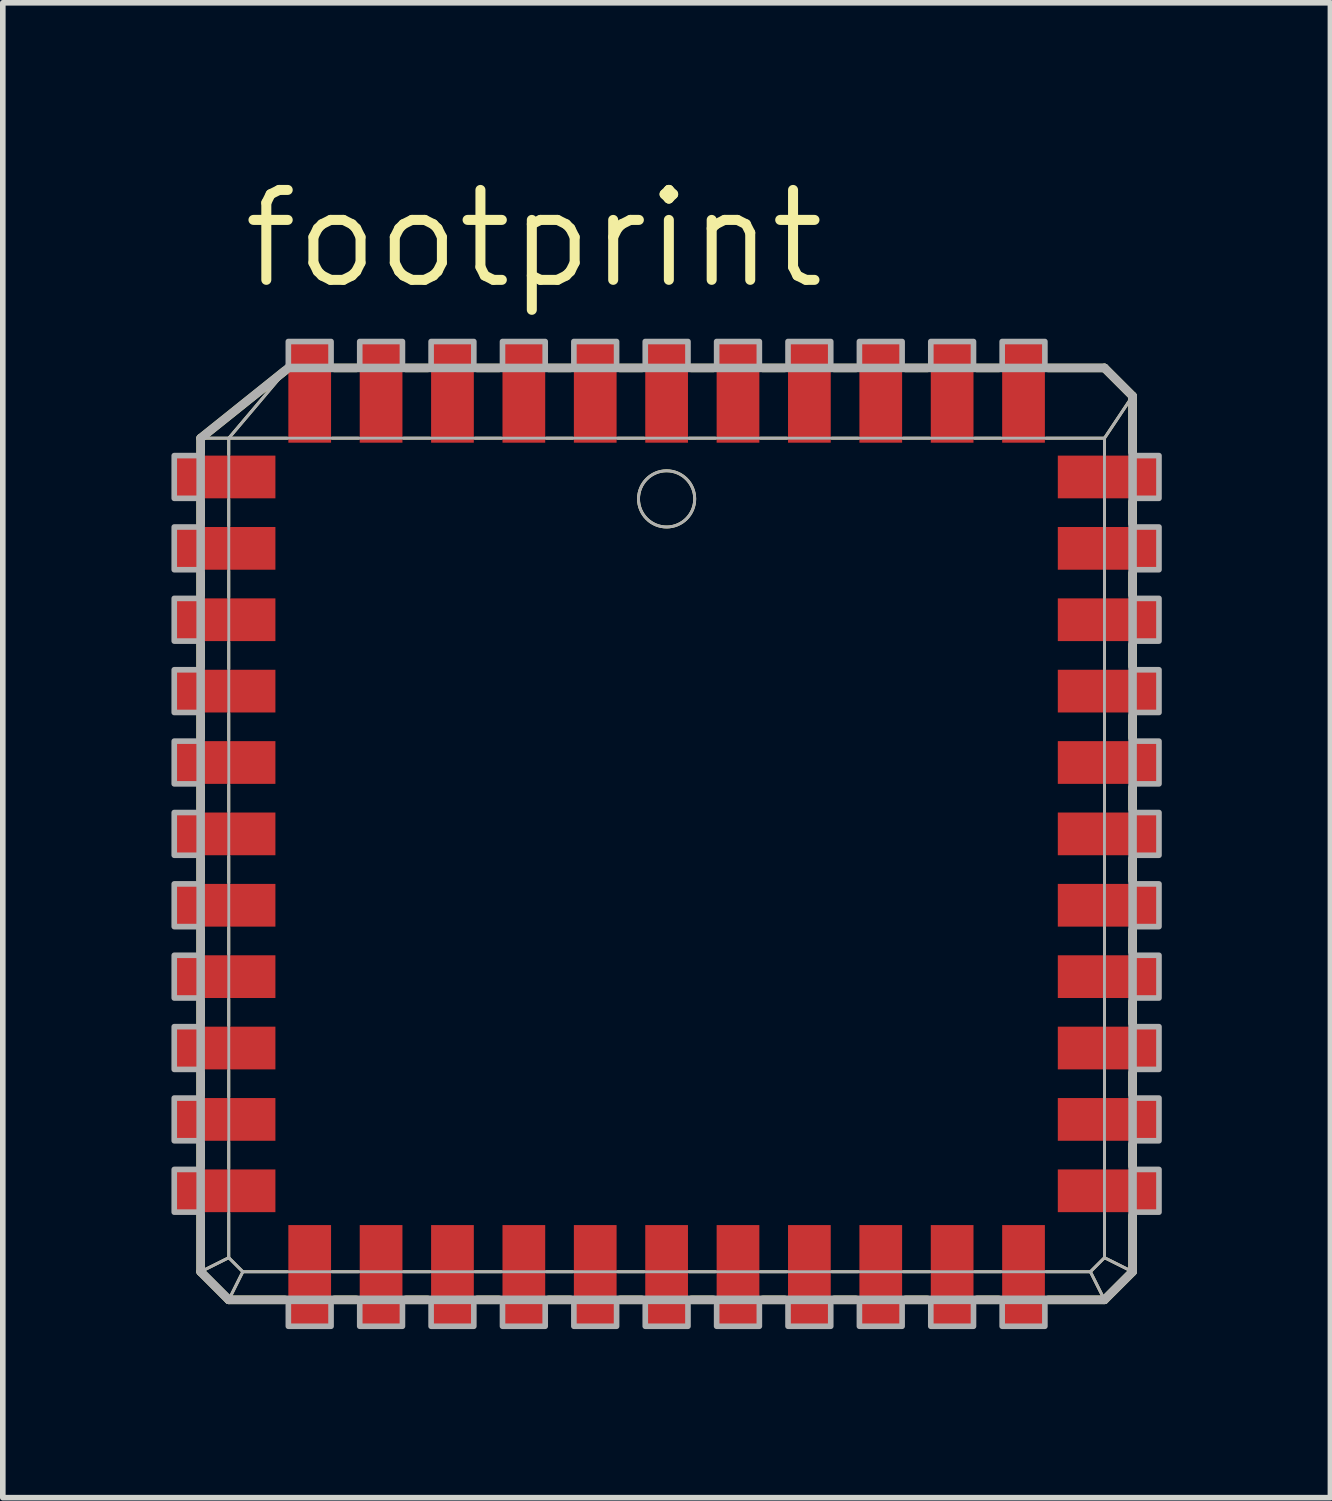
<source format=kicad_pcb>
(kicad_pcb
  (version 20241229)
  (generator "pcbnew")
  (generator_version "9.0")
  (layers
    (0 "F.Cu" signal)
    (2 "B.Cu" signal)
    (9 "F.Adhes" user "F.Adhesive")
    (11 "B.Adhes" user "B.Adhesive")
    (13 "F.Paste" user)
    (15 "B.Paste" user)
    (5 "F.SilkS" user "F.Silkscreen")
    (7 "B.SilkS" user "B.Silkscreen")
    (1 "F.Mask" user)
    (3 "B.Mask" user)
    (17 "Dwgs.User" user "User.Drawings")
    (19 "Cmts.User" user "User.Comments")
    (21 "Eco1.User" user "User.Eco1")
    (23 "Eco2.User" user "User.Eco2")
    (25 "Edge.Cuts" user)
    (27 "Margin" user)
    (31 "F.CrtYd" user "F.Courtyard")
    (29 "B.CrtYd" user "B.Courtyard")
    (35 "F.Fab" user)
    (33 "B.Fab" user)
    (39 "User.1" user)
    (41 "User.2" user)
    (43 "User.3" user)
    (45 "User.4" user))
  (footprint "footprint"
    (layer "F.Cu")
    (at 8.81 11.786)
    (property "Reference" "footprint" (at -7.62 -9.652 0) (layer "F.SilkS") (effects (font (size 1.6 1.6) (thickness 0.178)) (justify left bottom)))
    (fp_line (start -8.29 -7.04) (end -7.79 -7.04) (stroke (width 0.051) (type solid)) (layer "F.SilkS"))
    (fp_line (start -8.29 -7.04) (end -6.79 -8.24) (stroke (width 0.152) (type solid)) (layer "F.SilkS"))
    (fp_line (start -8.29 -6.79) (end -8.29 -7.04) (stroke (width 0.152) (type solid)) (layer "F.SilkS"))
    (fp_line (start -8.29 -5.52) (end -8.29 -5.91) (stroke (width 0.152) (type solid)) (layer "F.SilkS"))
    (fp_line (start -8.29 -4.25) (end -8.29 -4.64) (stroke (width 0.152) (type solid)) (layer "F.SilkS"))
    (fp_line (start -8.29 -2.98) (end -8.29 -3.37) (stroke (width 0.152) (type solid)) (layer "F.SilkS"))
    (fp_line (start -8.29 -1.71) (end -8.29 -2.1) (stroke (width 0.152) (type solid)) (layer "F.SilkS"))
    (fp_line (start -8.29 -0.44) (end -8.29 -0.83) (stroke (width 0.152) (type solid)) (layer "F.SilkS"))
    (fp_line (start -8.29 0.83) (end -8.29 0.44) (stroke (width 0.152) (type solid)) (layer "F.SilkS"))
    (fp_line (start -8.29 2.1) (end -8.29 1.71) (stroke (width 0.152) (type solid)) (layer "F.SilkS"))
    (fp_line (start -8.29 3.37) (end -8.29 2.98) (stroke (width 0.152) (type solid)) (layer "F.SilkS"))
    (fp_line (start -8.29 4.64) (end -8.29 4.25) (stroke (width 0.152) (type solid)) (layer "F.SilkS"))
    (fp_line (start -8.29 5.91) (end -8.29 5.52) (stroke (width 0.152) (type solid)) (layer "F.SilkS"))
    (fp_line (start -8.29 7.79) (end -8.29 6.79) (stroke (width 0.152) (type solid)) (layer "F.SilkS"))
    (fp_line (start -8.29 7.79) (end -7.79 7.54) (stroke (width 0.051) (type solid)) (layer "F.SilkS"))
    (fp_line (start -7.79 -7.04) (end -6.75 -8.27) (stroke (width 0.051) (type solid)) (layer "F.SilkS"))
    (fp_line (start -7.79 -7.04) (end -6.75 -7.04) (stroke (width 0.051) (type solid)) (layer "F.SilkS"))
    (fp_line (start -7.79 -6.75) (end -7.79 -7.04) (stroke (width 0.051) (type solid)) (layer "F.SilkS"))
    (fp_line (start -7.79 -5.48) (end -7.79 -5.95) (stroke (width 0.051) (type solid)) (layer "F.SilkS"))
    (fp_line (start -7.79 -4.21) (end -7.79 -4.68) (stroke (width 0.051) (type solid)) (layer "F.SilkS"))
    (fp_line (start -7.79 -2.94) (end -7.79 -3.41) (stroke (width 0.051) (type solid)) (layer "F.SilkS"))
    (fp_line (start -7.79 -1.67) (end -7.79 -2.14) (stroke (width 0.051) (type solid)) (layer "F.SilkS"))
    (fp_line (start -7.79 -0.4) (end -7.79 -0.87) (stroke (width 0.051) (type solid)) (layer "F.SilkS"))
    (fp_line (start -7.79 0.87) (end -7.79 0.4) (stroke (width 0.051) (type solid)) (layer "F.SilkS"))
    (fp_line (start -7.79 2.14) (end -7.79 1.67) (stroke (width 0.051) (type solid)) (layer "F.SilkS"))
    (fp_line (start -7.79 3.41) (end -7.79 2.94) (stroke (width 0.051) (type solid)) (layer "F.SilkS"))
    (fp_line (start -7.79 4.68) (end -7.79 4.21) (stroke (width 0.051) (type solid)) (layer "F.SilkS"))
    (fp_line (start -7.79 5.95) (end -7.79 5.48) (stroke (width 0.051) (type solid)) (layer "F.SilkS"))
    (fp_line (start -7.79 7.54) (end -7.79 6.75) (stroke (width 0.051) (type solid)) (layer "F.SilkS"))
    (fp_line (start -7.79 8.29) (end -8.29 7.79) (stroke (width 0.152) (type solid)) (layer "F.SilkS"))
    (fp_line (start -7.79 8.29) (end -7.54 7.79) (stroke (width 0.051) (type solid)) (layer "F.SilkS"))
    (fp_line (start -7.54 7.79) (end -7.79 7.54) (stroke (width 0.051) (type solid)) (layer "F.SilkS"))
    (fp_line (start -6.79 8.29) (end -7.79 8.29) (stroke (width 0.152) (type solid)) (layer "F.SilkS"))
    (fp_line (start -6.75 7.79) (end -7.54 7.79) (stroke (width 0.051) (type solid)) (layer "F.SilkS"))
    (fp_line (start -5.95 -7.04) (end -5.48 -7.04) (stroke (width 0.051) (type solid)) (layer "F.SilkS"))
    (fp_line (start -5.91 -8.29) (end -5.52 -8.29) (stroke (width 0.152) (type solid)) (layer "F.SilkS"))
    (fp_line (start -5.52 8.29) (end -5.91 8.29) (stroke (width 0.152) (type solid)) (layer "F.SilkS"))
    (fp_line (start -5.48 7.79) (end -5.95 7.79) (stroke (width 0.051) (type solid)) (layer "F.SilkS"))
    (fp_line (start -4.68 -7.04) (end -4.21 -7.04) (stroke (width 0.051) (type solid)) (layer "F.SilkS"))
    (fp_line (start -4.64 -8.29) (end -4.25 -8.29) (stroke (width 0.152) (type solid)) (layer "F.SilkS"))
    (fp_line (start -4.25 8.29) (end -4.64 8.29) (stroke (width 0.152) (type solid)) (layer "F.SilkS"))
    (fp_line (start -4.21 7.79) (end -4.68 7.79) (stroke (width 0.051) (type solid)) (layer "F.SilkS"))
    (fp_line (start -3.41 -7.04) (end -2.94 -7.04) (stroke (width 0.051) (type solid)) (layer "F.SilkS"))
    (fp_line (start -3.37 -8.29) (end -2.98 -8.29) (stroke (width 0.152) (type solid)) (layer "F.SilkS"))
    (fp_line (start -2.98 8.29) (end -3.37 8.29) (stroke (width 0.152) (type solid)) (layer "F.SilkS"))
    (fp_line (start -2.94 7.79) (end -3.41 7.79) (stroke (width 0.051) (type solid)) (layer "F.SilkS"))
    (fp_line (start -2.14 -7.04) (end -1.67 -7.04) (stroke (width 0.051) (type solid)) (layer "F.SilkS"))
    (fp_line (start -2.1 -8.29) (end -1.71 -8.29) (stroke (width 0.152) (type solid)) (layer "F.SilkS"))
    (fp_line (start -1.71 8.29) (end -2.1 8.29) (stroke (width 0.152) (type solid)) (layer "F.SilkS"))
    (fp_line (start -1.67 7.79) (end -2.14 7.79) (stroke (width 0.051) (type solid)) (layer "F.SilkS"))
    (fp_line (start -0.87 -7.04) (end -0.4 -7.04) (stroke (width 0.051) (type solid)) (layer "F.SilkS"))
    (fp_line (start -0.83 -8.29) (end -0.44 -8.29) (stroke (width 0.152) (type solid)) (layer "F.SilkS"))
    (fp_line (start -0.44 8.29) (end -0.83 8.29) (stroke (width 0.152) (type solid)) (layer "F.SilkS"))
    (fp_line (start -0.4 7.79) (end -0.87 7.79) (stroke (width 0.051) (type solid)) (layer "F.SilkS"))
    (fp_line (start 0.4 -7.04) (end 0.87 -7.04) (stroke (width 0.051) (type solid)) (layer "F.SilkS"))
    (fp_line (start 0.44 -8.29) (end 0.83 -8.29) (stroke (width 0.152) (type solid)) (layer "F.SilkS"))
    (fp_line (start 0.83 8.29) (end 0.44 8.29) (stroke (width 0.152) (type solid)) (layer "F.SilkS"))
    (fp_line (start 0.87 7.79) (end 0.4 7.79) (stroke (width 0.051) (type solid)) (layer "F.SilkS"))
    (fp_line (start 1.67 -7.04) (end 2.14 -7.04) (stroke (width 0.051) (type solid)) (layer "F.SilkS"))
    (fp_line (start 1.71 -8.29) (end 2.1 -8.29) (stroke (width 0.152) (type solid)) (layer "F.SilkS"))
    (fp_line (start 2.1 8.29) (end 1.71 8.29) (stroke (width 0.152) (type solid)) (layer "F.SilkS"))
    (fp_line (start 2.14 7.79) (end 1.67 7.79) (stroke (width 0.051) (type solid)) (layer "F.SilkS"))
    (fp_line (start 2.94 -7.04) (end 3.41 -7.04) (stroke (width 0.051) (type solid)) (layer "F.SilkS"))
    (fp_line (start 2.98 -8.29) (end 3.37 -8.29) (stroke (width 0.152) (type solid)) (layer "F.SilkS"))
    (fp_line (start 3.37 8.29) (end 2.98 8.29) (stroke (width 0.152) (type solid)) (layer "F.SilkS"))
    (fp_line (start 3.41 7.79) (end 2.94 7.79) (stroke (width 0.051) (type solid)) (layer "F.SilkS"))
    (fp_line (start 4.21 -7.04) (end 4.68 -7.04) (stroke (width 0.051) (type solid)) (layer "F.SilkS"))
    (fp_line (start 4.25 -8.29) (end 4.64 -8.29) (stroke (width 0.152) (type solid)) (layer "F.SilkS"))
    (fp_line (start 4.64 8.29) (end 4.25 8.29) (stroke (width 0.152) (type solid)) (layer "F.SilkS"))
    (fp_line (start 4.68 7.79) (end 4.21 7.79) (stroke (width 0.051) (type solid)) (layer "F.SilkS"))
    (fp_line (start 5.48 -7.04) (end 5.95 -7.04) (stroke (width 0.051) (type solid)) (layer "F.SilkS"))
    (fp_line (start 5.52 -8.29) (end 5.91 -8.29) (stroke (width 0.152) (type solid)) (layer "F.SilkS"))
    (fp_line (start 5.91 8.29) (end 5.52 8.29) (stroke (width 0.152) (type solid)) (layer "F.SilkS"))
    (fp_line (start 5.95 7.79) (end 5.48 7.79) (stroke (width 0.051) (type solid)) (layer "F.SilkS"))
    (fp_line (start 6.75 -7.04) (end 7.79 -7.04) (stroke (width 0.051) (type solid)) (layer "F.SilkS"))
    (fp_line (start 6.79 -8.29) (end 7.79 -8.29) (stroke (width 0.152) (type solid)) (layer "F.SilkS"))
    (fp_line (start 7.54 7.79) (end 6.75 7.79) (stroke (width 0.051) (type solid)) (layer "F.SilkS"))
    (fp_line (start 7.54 7.79) (end 7.79 8.29) (stroke (width 0.051) (type solid)) (layer "F.SilkS"))
    (fp_line (start 7.79 -8.29) (end 8.29 -7.79) (stroke (width 0.152) (type solid)) (layer "F.SilkS"))
    (fp_line (start 7.79 -7.04) (end 7.79 -6.75) (stroke (width 0.051) (type solid)) (layer "F.SilkS"))
    (fp_line (start 7.79 -5.95) (end 7.79 -5.48) (stroke (width 0.051) (type solid)) (layer "F.SilkS"))
    (fp_line (start 7.79 -4.68) (end 7.79 -4.21) (stroke (width 0.051) (type solid)) (layer "F.SilkS"))
    (fp_line (start 7.79 -3.41) (end 7.79 -2.94) (stroke (width 0.051) (type solid)) (layer "F.SilkS"))
    (fp_line (start 7.79 -2.14) (end 7.79 -1.67) (stroke (width 0.051) (type solid)) (layer "F.SilkS"))
    (fp_line (start 7.79 -0.87) (end 7.79 -0.4) (stroke (width 0.051) (type solid)) (layer "F.SilkS"))
    (fp_line (start 7.79 0.4) (end 7.79 0.87) (stroke (width 0.051) (type solid)) (layer "F.SilkS"))
    (fp_line (start 7.79 1.67) (end 7.79 2.14) (stroke (width 0.051) (type solid)) (layer "F.SilkS"))
    (fp_line (start 7.79 2.94) (end 7.79 3.41) (stroke (width 0.051) (type solid)) (layer "F.SilkS"))
    (fp_line (start 7.79 4.21) (end 7.79 4.68) (stroke (width 0.051) (type solid)) (layer "F.SilkS"))
    (fp_line (start 7.79 5.48) (end 7.79 5.95) (stroke (width 0.051) (type solid)) (layer "F.SilkS"))
    (fp_line (start 7.79 6.75) (end 7.79 7.54) (stroke (width 0.051) (type solid)) (layer "F.SilkS"))
    (fp_line (start 7.79 7.54) (end 7.54 7.79) (stroke (width 0.051) (type solid)) (layer "F.SilkS"))
    (fp_line (start 7.79 7.54) (end 8.29 7.79) (stroke (width 0.051) (type solid)) (layer "F.SilkS"))
    (fp_line (start 7.79 8.29) (end 6.79 8.29) (stroke (width 0.152) (type solid)) (layer "F.SilkS"))
    (fp_line (start 8.29 -7.79) (end 7.79 -7.04) (stroke (width 0.051) (type solid)) (layer "F.SilkS"))
    (fp_line (start 8.29 -7.79) (end 8.29 -6.79) (stroke (width 0.152) (type solid)) (layer "F.SilkS"))
    (fp_line (start 8.29 -5.91) (end 8.29 -5.52) (stroke (width 0.152) (type solid)) (layer "F.SilkS"))
    (fp_line (start 8.29 -4.64) (end 8.29 -4.25) (stroke (width 0.152) (type solid)) (layer "F.SilkS"))
    (fp_line (start 8.29 -3.37) (end 8.29 -2.98) (stroke (width 0.152) (type solid)) (layer "F.SilkS"))
    (fp_line (start 8.29 -2.1) (end 8.29 -1.71) (stroke (width 0.152) (type solid)) (layer "F.SilkS"))
    (fp_line (start 8.29 -0.83) (end 8.29 -0.44) (stroke (width 0.152) (type solid)) (layer "F.SilkS"))
    (fp_line (start 8.29 0.44) (end 8.29 0.83) (stroke (width 0.152) (type solid)) (layer "F.SilkS"))
    (fp_line (start 8.29 1.71) (end 8.29 2.1) (stroke (width 0.152) (type solid)) (layer "F.SilkS"))
    (fp_line (start 8.29 2.98) (end 8.29 3.37) (stroke (width 0.152) (type solid)) (layer "F.SilkS"))
    (fp_line (start 8.29 4.25) (end 8.29 4.64) (stroke (width 0.152) (type solid)) (layer "F.SilkS"))
    (fp_line (start 8.29 5.52) (end 8.29 5.91) (stroke (width 0.152) (type solid)) (layer "F.SilkS"))
    (fp_line (start 8.29 6.79) (end 8.29 7.79) (stroke (width 0.152) (type solid)) (layer "F.SilkS"))
    (fp_line (start 8.29 7.79) (end 7.79 8.29) (stroke (width 0.152) (type solid)) (layer "F.SilkS"))
    (fp_circle (center 0 -5.96) (end 0.5 -5.96) (stroke (width 0.051) (type solid)) (fill no) (layer "F.SilkS"))
    (fp_line (start -8.29 -7.04) (end -7.79 -7.04) (stroke (width 0.051) (type solid)) (layer "F.Fab"))
    (fp_line (start -8.29 -7.04) (end -6.73 -8.29) (stroke (width 0.152) (type solid)) (layer "F.Fab"))
    (fp_line (start -8.29 7.79) (end -8.29 -7.04) (stroke (width 0.152) (type solid)) (layer "F.Fab"))
    (fp_line (start -8.29 7.79) (end -7.79 7.54) (stroke (width 0.051) (type solid)) (layer "F.Fab"))
    (fp_line (start -7.79 -7.04) (end -6.73 -8.29) (stroke (width 0.051) (type solid)) (layer "F.Fab"))
    (fp_line (start -7.79 -7.04) (end 7.79 -7.04) (stroke (width 0.051) (type solid)) (layer "F.Fab"))
    (fp_line (start -7.79 7.54) (end -7.79 -7.04) (stroke (width 0.051) (type solid)) (layer "F.Fab"))
    (fp_line (start -7.79 8.29) (end -8.29 7.79) (stroke (width 0.152) (type solid)) (layer "F.Fab"))
    (fp_line (start -7.79 8.29) (end -7.54 7.79) (stroke (width 0.051) (type solid)) (layer "F.Fab"))
    (fp_line (start -7.54 7.79) (end -7.79 7.54) (stroke (width 0.051) (type solid)) (layer "F.Fab"))
    (fp_line (start -6.73 -8.29) (end 7.79 -8.29) (stroke (width 0.152) (type solid)) (layer "F.Fab"))
    (fp_line (start 7.54 7.79) (end -7.54 7.79) (stroke (width 0.051) (type solid)) (layer "F.Fab"))
    (fp_line (start 7.54 7.79) (end 7.79 8.29) (stroke (width 0.051) (type solid)) (layer "F.Fab"))
    (fp_line (start 7.79 -8.29) (end 8.29 -7.79) (stroke (width 0.152) (type solid)) (layer "F.Fab"))
    (fp_line (start 7.79 -7.04) (end 7.79 7.54) (stroke (width 0.051) (type solid)) (layer "F.Fab"))
    (fp_line (start 7.79 7.54) (end 7.54 7.79) (stroke (width 0.051) (type solid)) (layer "F.Fab"))
    (fp_line (start 7.79 7.54) (end 8.29 7.79) (stroke (width 0.051) (type solid)) (layer "F.Fab"))
    (fp_line (start 7.79 8.29) (end -7.79 8.29) (stroke (width 0.152) (type solid)) (layer "F.Fab"))
    (fp_line (start 8.29 -7.79) (end 7.79 -7.04) (stroke (width 0.051) (type solid)) (layer "F.Fab"))
    (fp_line (start 8.29 -7.79) (end 8.29 7.79) (stroke (width 0.152) (type solid)) (layer "F.Fab"))
    (fp_line (start 8.29 7.79) (end 7.79 8.29) (stroke (width 0.152) (type solid)) (layer "F.Fab"))
    (fp_circle (center 0 -5.96) (end 0.5 -5.96) (stroke (width 0.051) (type solid)) (fill no) (layer "F.Fab"))
    (fp_poly (pts (xy -8.76 -5.97) (xy -8.29 -5.97) (xy -8.29 -6.73) (xy -8.76 -6.73)) (stroke (width 0.1) (type solid)) (fill no) (layer "F.Fab"))
    (fp_poly (pts (xy -8.76 -4.7) (xy -8.29 -4.7) (xy -8.29 -5.46) (xy -8.76 -5.46)) (stroke (width 0.1) (type solid)) (fill no) (layer "F.Fab"))
    (fp_poly (pts (xy -8.76 -3.43) (xy -8.29 -3.43) (xy -8.29 -4.19) (xy -8.76 -4.19)) (stroke (width 0.1) (type solid)) (fill no) (layer "F.Fab"))
    (fp_poly (pts (xy -8.76 -2.16) (xy -8.29 -2.16) (xy -8.29 -2.92) (xy -8.76 -2.92)) (stroke (width 0.1) (type solid)) (fill no) (layer "F.Fab"))
    (fp_poly (pts (xy -8.76 -0.89) (xy -8.29 -0.89) (xy -8.29 -1.65) (xy -8.76 -1.65)) (stroke (width 0.1) (type solid)) (fill no) (layer "F.Fab"))
    (fp_poly (pts (xy -8.76 0.38) (xy -8.29 0.38) (xy -8.29 -0.38) (xy -8.76 -0.38)) (stroke (width 0.1) (type solid)) (fill no) (layer "F.Fab"))
    (fp_poly (pts (xy -8.76 1.65) (xy -8.29 1.65) (xy -8.29 0.89) (xy -8.76 0.89)) (stroke (width 0.1) (type solid)) (fill no) (layer "F.Fab"))
    (fp_poly (pts (xy -8.76 2.92) (xy -8.29 2.92) (xy -8.29 2.16) (xy -8.76 2.16)) (stroke (width 0.1) (type solid)) (fill no) (layer "F.Fab"))
    (fp_poly (pts (xy -8.76 4.19) (xy -8.29 4.19) (xy -8.29 3.43) (xy -8.76 3.43)) (stroke (width 0.1) (type solid)) (fill no) (layer "F.Fab"))
    (fp_poly (pts (xy -8.76 5.46) (xy -8.29 5.46) (xy -8.29 4.7) (xy -8.76 4.7)) (stroke (width 0.1) (type solid)) (fill no) (layer "F.Fab"))
    (fp_poly (pts (xy -8.76 6.73) (xy -8.29 6.73) (xy -8.29 5.97) (xy -8.76 5.97)) (stroke (width 0.1) (type solid)) (fill no) (layer "F.Fab"))
    (fp_poly (pts (xy -6.73 -8.29) (xy -5.97 -8.29) (xy -5.97 -8.76) (xy -6.73 -8.76)) (stroke (width 0.1) (type solid)) (fill no) (layer "F.Fab"))
    (fp_poly (pts (xy -6.73 8.76) (xy -5.97 8.76) (xy -5.97 8.29) (xy -6.73 8.29)) (stroke (width 0.1) (type solid)) (fill no) (layer "F.Fab"))
    (fp_poly (pts (xy -5.46 -8.29) (xy -4.7 -8.29) (xy -4.7 -8.76) (xy -5.46 -8.76)) (stroke (width 0.1) (type solid)) (fill no) (layer "F.Fab"))
    (fp_poly (pts (xy -5.46 8.76) (xy -4.7 8.76) (xy -4.7 8.29) (xy -5.46 8.29)) (stroke (width 0.1) (type solid)) (fill no) (layer "F.Fab"))
    (fp_poly (pts (xy -4.19 -8.29) (xy -3.43 -8.29) (xy -3.43 -8.76) (xy -4.19 -8.76)) (stroke (width 0.1) (type solid)) (fill no) (layer "F.Fab"))
    (fp_poly (pts (xy -4.19 8.76) (xy -3.43 8.76) (xy -3.43 8.29) (xy -4.19 8.29)) (stroke (width 0.1) (type solid)) (fill no) (layer "F.Fab"))
    (fp_poly (pts (xy -2.92 -8.29) (xy -2.16 -8.29) (xy -2.16 -8.76) (xy -2.92 -8.76)) (stroke (width 0.1) (type solid)) (fill no) (layer "F.Fab"))
    (fp_poly (pts (xy -2.92 8.76) (xy -2.16 8.76) (xy -2.16 8.29) (xy -2.92 8.29)) (stroke (width 0.1) (type solid)) (fill no) (layer "F.Fab"))
    (fp_poly (pts (xy -1.65 -8.29) (xy -0.89 -8.29) (xy -0.89 -8.76) (xy -1.65 -8.76)) (stroke (width 0.1) (type solid)) (fill no) (layer "F.Fab"))
    (fp_poly (pts (xy -1.65 8.76) (xy -0.89 8.76) (xy -0.89 8.29) (xy -1.65 8.29)) (stroke (width 0.1) (type solid)) (fill no) (layer "F.Fab"))
    (fp_poly (pts (xy -0.38 -8.29) (xy 0.38 -8.29) (xy 0.38 -8.76) (xy -0.38 -8.76)) (stroke (width 0.1) (type solid)) (fill no) (layer "F.Fab"))
    (fp_poly (pts (xy -0.38 8.76) (xy 0.38 8.76) (xy 0.38 8.29) (xy -0.38 8.29)) (stroke (width 0.1) (type solid)) (fill no) (layer "F.Fab"))
    (fp_poly (pts (xy 0.89 -8.29) (xy 1.65 -8.29) (xy 1.65 -8.76) (xy 0.89 -8.76)) (stroke (width 0.1) (type solid)) (fill no) (layer "F.Fab"))
    (fp_poly (pts (xy 0.89 8.76) (xy 1.65 8.76) (xy 1.65 8.29) (xy 0.89 8.29)) (stroke (width 0.1) (type solid)) (fill no) (layer "F.Fab"))
    (fp_poly (pts (xy 2.16 -8.29) (xy 2.92 -8.29) (xy 2.92 -8.76) (xy 2.16 -8.76)) (stroke (width 0.1) (type solid)) (fill no) (layer "F.Fab"))
    (fp_poly (pts (xy 2.16 8.76) (xy 2.92 8.76) (xy 2.92 8.29) (xy 2.16 8.29)) (stroke (width 0.1) (type solid)) (fill no) (layer "F.Fab"))
    (fp_poly (pts (xy 3.43 -8.29) (xy 4.19 -8.29) (xy 4.19 -8.76) (xy 3.43 -8.76)) (stroke (width 0.1) (type solid)) (fill no) (layer "F.Fab"))
    (fp_poly (pts (xy 3.43 8.76) (xy 4.19 8.76) (xy 4.19 8.29) (xy 3.43 8.29)) (stroke (width 0.1) (type solid)) (fill no) (layer "F.Fab"))
    (fp_poly (pts (xy 4.7 -8.29) (xy 5.46 -8.29) (xy 5.46 -8.76) (xy 4.7 -8.76)) (stroke (width 0.1) (type solid)) (fill no) (layer "F.Fab"))
    (fp_poly (pts (xy 4.7 8.76) (xy 5.46 8.76) (xy 5.46 8.29) (xy 4.7 8.29)) (stroke (width 0.1) (type solid)) (fill no) (layer "F.Fab"))
    (fp_poly (pts (xy 5.97 -8.29) (xy 6.73 -8.29) (xy 6.73 -8.76) (xy 5.97 -8.76)) (stroke (width 0.1) (type solid)) (fill no) (layer "F.Fab"))
    (fp_poly (pts (xy 5.97 8.76) (xy 6.73 8.76) (xy 6.73 8.29) (xy 5.97 8.29)) (stroke (width 0.1) (type solid)) (fill no) (layer "F.Fab"))
    (fp_poly (pts (xy 8.29 -5.97) (xy 8.76 -5.97) (xy 8.76 -6.73) (xy 8.29 -6.73)) (stroke (width 0.1) (type solid)) (fill no) (layer "F.Fab"))
    (fp_poly (pts (xy 8.29 -4.7) (xy 8.76 -4.7) (xy 8.76 -5.46) (xy 8.29 -5.46)) (stroke (width 0.1) (type solid)) (fill no) (layer "F.Fab"))
    (fp_poly (pts (xy 8.29 -3.43) (xy 8.76 -3.43) (xy 8.76 -4.19) (xy 8.29 -4.19)) (stroke (width 0.1) (type solid)) (fill no) (layer "F.Fab"))
    (fp_poly (pts (xy 8.29 -2.16) (xy 8.76 -2.16) (xy 8.76 -2.92) (xy 8.29 -2.92)) (stroke (width 0.1) (type solid)) (fill no) (layer "F.Fab"))
    (fp_poly (pts (xy 8.29 -0.89) (xy 8.76 -0.89) (xy 8.76 -1.65) (xy 8.29 -1.65)) (stroke (width 0.1) (type solid)) (fill no) (layer "F.Fab"))
    (fp_poly (pts (xy 8.29 0.38) (xy 8.76 0.38) (xy 8.76 -0.38) (xy 8.29 -0.38)) (stroke (width 0.1) (type solid)) (fill no) (layer "F.Fab"))
    (fp_poly (pts (xy 8.29 1.65) (xy 8.76 1.65) (xy 8.76 0.89) (xy 8.29 0.89)) (stroke (width 0.1) (type solid)) (fill no) (layer "F.Fab"))
    (fp_poly (pts (xy 8.29 2.92) (xy 8.76 2.92) (xy 8.76 2.16) (xy 8.29 2.16)) (stroke (width 0.1) (type solid)) (fill no) (layer "F.Fab"))
    (fp_poly (pts (xy 8.29 4.19) (xy 8.76 4.19) (xy 8.76 3.43) (xy 8.29 3.43)) (stroke (width 0.1) (type solid)) (fill no) (layer "F.Fab"))
    (fp_poly (pts (xy 8.29 5.46) (xy 8.76 5.46) (xy 8.76 4.7) (xy 8.29 4.7)) (stroke (width 0.1) (type solid)) (fill no) (layer "F.Fab"))
    (fp_poly (pts (xy 8.29 6.73) (xy 8.76 6.73) (xy 8.76 5.97) (xy 8.29 5.97)) (stroke (width 0.1) (type solid)) (fill no) (layer "F.Fab"))
    (pad "1" smd rect (at 0 -7.86) (size 0.76 1.8) (layers "F.Cu" "F.Mask" "F.Paste"))
    (pad "2" smd rect (at -1.27 -7.86) (size 0.76 1.8) (layers "F.Cu" "F.Mask" "F.Paste"))
    (pad "3" smd rect (at -2.54 -7.86) (size 0.76 1.8) (layers "F.Cu" "F.Mask" "F.Paste"))
    (pad "4" smd rect (at -3.81 -7.86) (size 0.76 1.8) (layers "F.Cu" "F.Mask" "F.Paste"))
    (pad "5" smd rect (at -5.08 -7.86) (size 0.76 1.8) (layers "F.Cu" "F.Mask" "F.Paste"))
    (pad "6" smd rect (at -6.35 -7.86) (size 0.76 1.8) (layers "F.Cu" "F.Mask" "F.Paste"))
    (pad "7" smd rect (at -7.86 -6.35) (size 1.8 0.76) (layers "F.Cu" "F.Mask" "F.Paste"))
    (pad "8" smd rect (at -7.86 -5.08) (size 1.8 0.76) (layers "F.Cu" "F.Mask" "F.Paste"))
    (pad "9" smd rect (at -7.86 -3.81) (size 1.8 0.76) (layers "F.Cu" "F.Mask" "F.Paste"))
    (pad "10" smd rect (at -7.86 -2.54) (size 1.8 0.76) (layers "F.Cu" "F.Mask" "F.Paste"))
    (pad "11" smd rect (at -7.86 -1.27) (size 1.8 0.76) (layers "F.Cu" "F.Mask" "F.Paste"))
    (pad "12" smd rect (at -7.86 0) (size 1.8 0.76) (layers "F.Cu" "F.Mask" "F.Paste"))
    (pad "13" smd rect (at -7.86 1.27) (size 1.8 0.76) (layers "F.Cu" "F.Mask" "F.Paste"))
    (pad "14" smd rect (at -7.86 2.54) (size 1.8 0.76) (layers "F.Cu" "F.Mask" "F.Paste"))
    (pad "15" smd rect (at -7.86 3.81) (size 1.8 0.76) (layers "F.Cu" "F.Mask" "F.Paste"))
    (pad "16" smd rect (at -7.86 5.08) (size 1.8 0.76) (layers "F.Cu" "F.Mask" "F.Paste"))
    (pad "17" smd rect (at -7.86 6.35) (size 1.8 0.76) (layers "F.Cu" "F.Mask" "F.Paste"))
    (pad "18" smd rect (at -6.35 7.86) (size 0.76 1.8) (layers "F.Cu" "F.Mask" "F.Paste"))
    (pad "19" smd rect (at -5.08 7.86) (size 0.76 1.8) (layers "F.Cu" "F.Mask" "F.Paste"))
    (pad "20" smd rect (at -3.81 7.86) (size 0.76 1.8) (layers "F.Cu" "F.Mask" "F.Paste"))
    (pad "21" smd rect (at -2.54 7.86) (size 0.76 1.8) (layers "F.Cu" "F.Mask" "F.Paste"))
    (pad "22" smd rect (at -1.27 7.86) (size 0.76 1.8) (layers "F.Cu" "F.Mask" "F.Paste"))
    (pad "23" smd rect (at 0 7.86) (size 0.76 1.8) (layers "F.Cu" "F.Mask" "F.Paste"))
    (pad "24" smd rect (at 1.27 7.86) (size 0.76 1.8) (layers "F.Cu" "F.Mask" "F.Paste"))
    (pad "25" smd rect (at 2.54 7.86) (size 0.76 1.8) (layers "F.Cu" "F.Mask" "F.Paste"))
    (pad "26" smd rect (at 3.81 7.86) (size 0.76 1.8) (layers "F.Cu" "F.Mask" "F.Paste"))
    (pad "27" smd rect (at 5.08 7.86) (size 0.76 1.8) (layers "F.Cu" "F.Mask" "F.Paste"))
    (pad "28" smd rect (at 6.35 7.86) (size 0.76 1.8) (layers "F.Cu" "F.Mask" "F.Paste"))
    (pad "29" smd rect (at 7.86 6.35) (size 1.8 0.76) (layers "F.Cu" "F.Mask" "F.Paste"))
    (pad "30" smd rect (at 7.86 5.08) (size 1.8 0.76) (layers "F.Cu" "F.Mask" "F.Paste"))
    (pad "31" smd rect (at 7.86 3.81) (size 1.8 0.76) (layers "F.Cu" "F.Mask" "F.Paste"))
    (pad "32" smd rect (at 7.86 2.54) (size 1.8 0.76) (layers "F.Cu" "F.Mask" "F.Paste"))
    (pad "33" smd rect (at 7.86 1.27) (size 1.8 0.76) (layers "F.Cu" "F.Mask" "F.Paste"))
    (pad "34" smd rect (at 7.86 0) (size 1.8 0.76) (layers "F.Cu" "F.Mask" "F.Paste"))
    (pad "35" smd rect (at 7.86 -1.27) (size 1.8 0.76) (layers "F.Cu" "F.Mask" "F.Paste"))
    (pad "36" smd rect (at 7.86 -2.54) (size 1.8 0.76) (layers "F.Cu" "F.Mask" "F.Paste"))
    (pad "37" smd rect (at 7.86 -3.81) (size 1.8 0.76) (layers "F.Cu" "F.Mask" "F.Paste"))
    (pad "38" smd rect (at 7.86 -5.08) (size 1.8 0.76) (layers "F.Cu" "F.Mask" "F.Paste"))
    (pad "39" smd rect (at 7.86 -6.35) (size 1.8 0.76) (layers "F.Cu" "F.Mask" "F.Paste"))
    (pad "40" smd rect (at 6.35 -7.86) (size 0.76 1.8) (layers "F.Cu" "F.Mask" "F.Paste"))
    (pad "41" smd rect (at 5.08 -7.86) (size 0.76 1.8) (layers "F.Cu" "F.Mask" "F.Paste"))
    (pad "42" smd rect (at 3.81 -7.86) (size 0.76 1.8) (layers "F.Cu" "F.Mask" "F.Paste"))
    (pad "43" smd rect (at 2.54 -7.86) (size 0.76 1.8) (layers "F.Cu" "F.Mask" "F.Paste"))
    (pad "44" smd rect (at 1.27 -7.86) (size 0.76 1.8) (layers "F.Cu" "F.Mask" "F.Paste")))
  (gr_rect
    (start -3 -3)
    (end 20.62 23.596)
    (stroke (width 0.1) (type default))
    (fill no)
    (layer "Edge.Cuts")))
</source>
